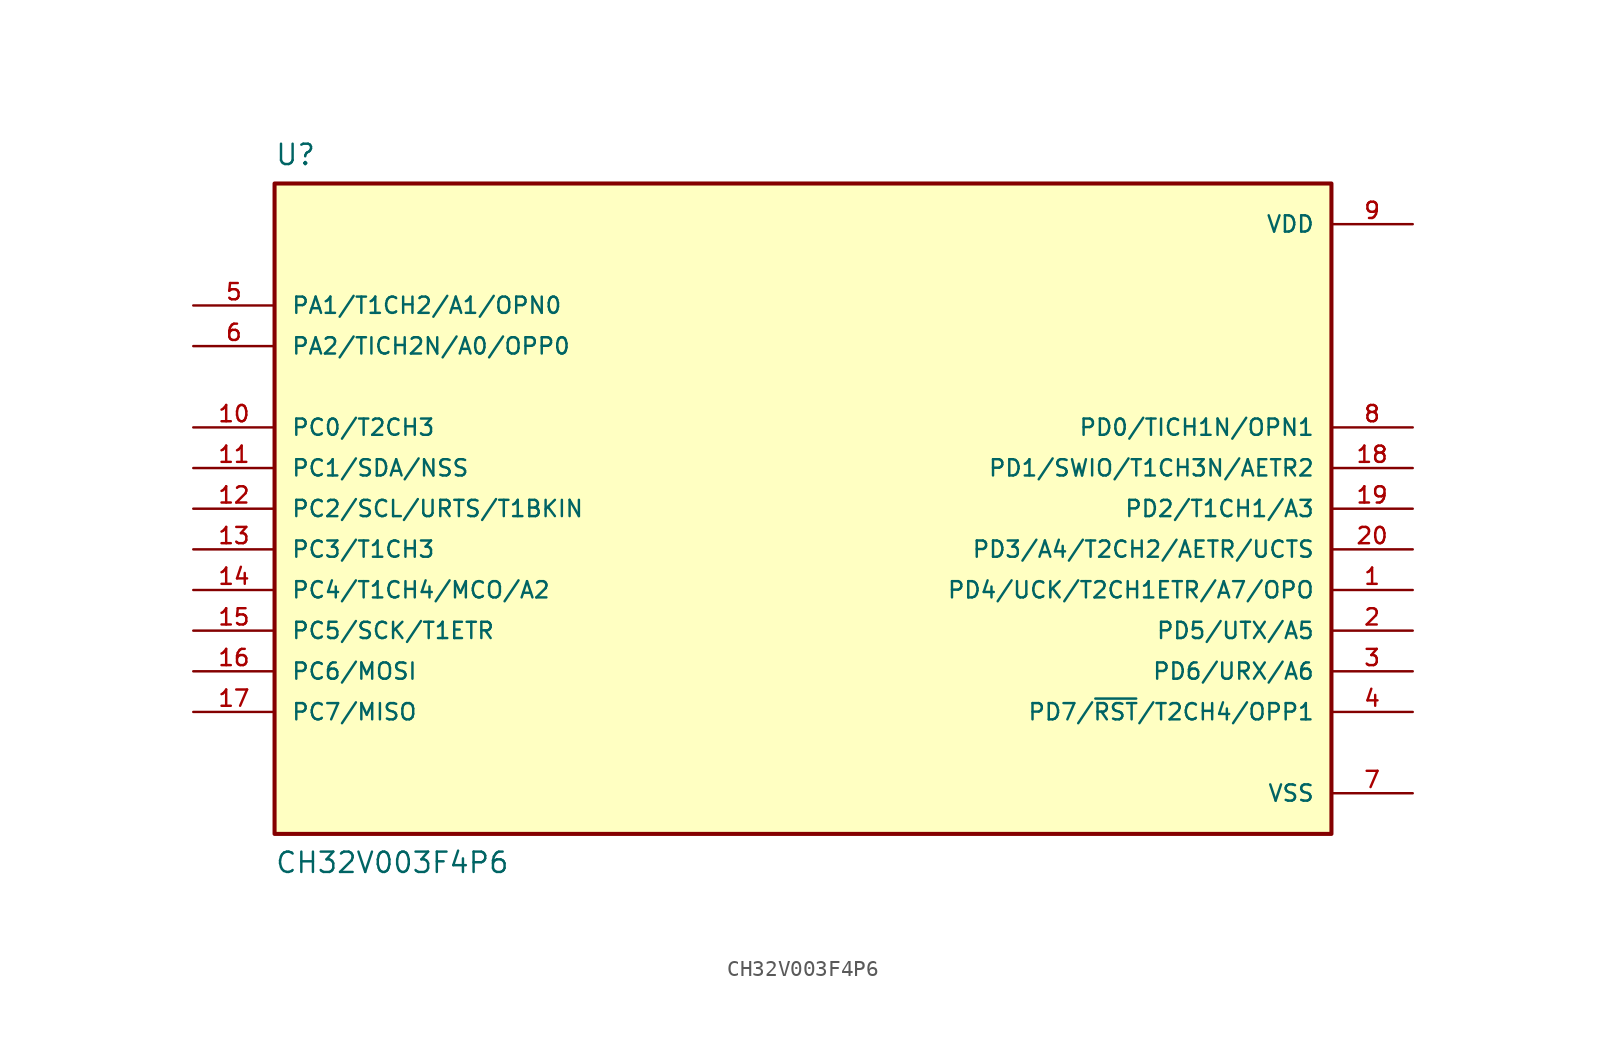
<source format=kicad_sym>
(kicad_symbol_lib
  (version 20241209)
  (generator "kicad_symbol_editor")
  (generator_version "9.0")
  (symbol "CH32V003F4P6"
    (pin_names
      (offset 1.016))
    (property "Reference" "U"
      (at -33.02 22.86 0)
      (effects (font (size 1.27 1.27)) (justify left top)))
    (property "Value" "CH32V003F4P6"
      (at -33.02 -22.86 0)
      (effects (font (size 1.27 1.27)) (justify left bottom)))
    (symbol "CH32V003F4P6_0_0"
      (rectangle (start -33.02 -20.32) (end 33.02 20.32) (stroke (width 0.254) (type default)) (fill (type background)))
      (pin bidirectional line (at -38.1 12.7 0) (length 5.08) (name "PA1/T1CH2/A1/OPN0" (effects (font (size 1.016 1.016)))) (number "5" (effects (font (size 1.016 1.016)))))
      (pin bidirectional line (at -38.1 10.16 0) (length 5.08) (name "PA2/TICH2N/A0/OPP0" (effects (font (size 1.016 1.016)))) (number "6" (effects (font (size 1.016 1.016)))))
      (pin bidirectional line (at -38.1 5.08 0) (length 5.08) (name "PC0/T2CH3" (effects (font (size 1.016 1.016)))) (number "10" (effects (font (size 1.016 1.016)))))
      (pin bidirectional line (at -38.1 2.54 0) (length 5.08) (name "PC1/SDA/NSS" (effects (font (size 1.016 1.016)))) (number "11" (effects (font (size 1.016 1.016)))))
      (pin bidirectional line (at -38.1 0 0) (length 5.08) (name "PC2/SCL/URTS/T1BKIN" (effects (font (size 1.016 1.016)))) (number "12" (effects (font (size 1.016 1.016)))))
      (pin bidirectional line (at -38.1 -2.54 0) (length 5.08) (name "PC3/T1CH3" (effects (font (size 1.016 1.016)))) (number "13" (effects (font (size 1.016 1.016)))))
      (pin bidirectional line (at -38.1 -5.08 0) (length 5.08) (name "PC4/T1CH4/MCO/A2" (effects (font (size 1.016 1.016)))) (number "14" (effects (font (size 1.016 1.016)))))
      (pin bidirectional line (at -38.1 -7.62 0) (length 5.08) (name "PC5/SCK/T1ETR" (effects (font (size 1.016 1.016)))) (number "15" (effects (font (size 1.016 1.016)))))
      (pin bidirectional line (at -38.1 -10.16 0) (length 5.08) (name "PC6/MOSI" (effects (font (size 1.016 1.016)))) (number "16" (effects (font (size 1.016 1.016)))))
      (pin bidirectional line (at -38.1 -12.7 0) (length 5.08) (name "PC7/MISO" (effects (font (size 1.016 1.016)))) (number "17" (effects (font (size 1.016 1.016)))))
      (pin power_in line (at 38.1 17.78 180) (length 5.08) (name "VDD" (effects (font (size 1.016 1.016)))) (number "9" (effects (font (size 1.016 1.016)))))
      (pin bidirectional line (at 38.1 5.08 180) (length 5.08) (name "PD0/TICH1N/OPN1" (effects (font (size 1.016 1.016)))) (number "8" (effects (font (size 1.016 1.016)))))
      (pin bidirectional line (at 38.1 2.54 180) (length 5.08) (name "PD1/SWIO/T1CH3N/AETR2" (effects (font (size 1.016 1.016)))) (number "18" (effects (font (size 1.016 1.016)))))
      (pin bidirectional line (at 38.1 0 180) (length 5.08) (name "PD2/T1CH1/A3" (effects (font (size 1.016 1.016)))) (number "19" (effects (font (size 1.016 1.016)))))
      (pin bidirectional line (at 38.1 -2.54 180) (length 5.08) (name "PD3/A4/T2CH2/AETR/UCTS" (effects (font (size 1.016 1.016)))) (number "20" (effects (font (size 1.016 1.016)))))
      (pin bidirectional line (at 38.1 -5.08 180) (length 5.08) (name "PD4/UCK/T2CH1ETR/A7/OPO" (effects (font (size 1.016 1.016)))) (number "1" (effects (font (size 1.016 1.016)))))
      (pin bidirectional line (at 38.1 -7.62 180) (length 5.08) (name "PD5/UTX/A5" (effects (font (size 1.016 1.016)))) (number "2" (effects (font (size 1.016 1.016)))))
      (pin bidirectional line (at 38.1 -10.16 180) (length 5.08) (name "PD6/URX/A6" (effects (font (size 1.016 1.016)))) (number "3" (effects (font (size 1.016 1.016)))))
      (pin bidirectional line (at 38.1 -12.7 180) (length 5.08) (name "PD7/~{RST}/T2CH4/OPP1" (effects (font (size 1.016 1.016)))) (number "4" (effects (font (size 1.016 1.016)))))
      (pin power_in line (at 38.1 -17.78 180) (length 5.08) (name "VSS" (effects (font (size 1.016 1.016)))) (number "7" (effects (font (size 1.016 1.016))))))))
</source>
